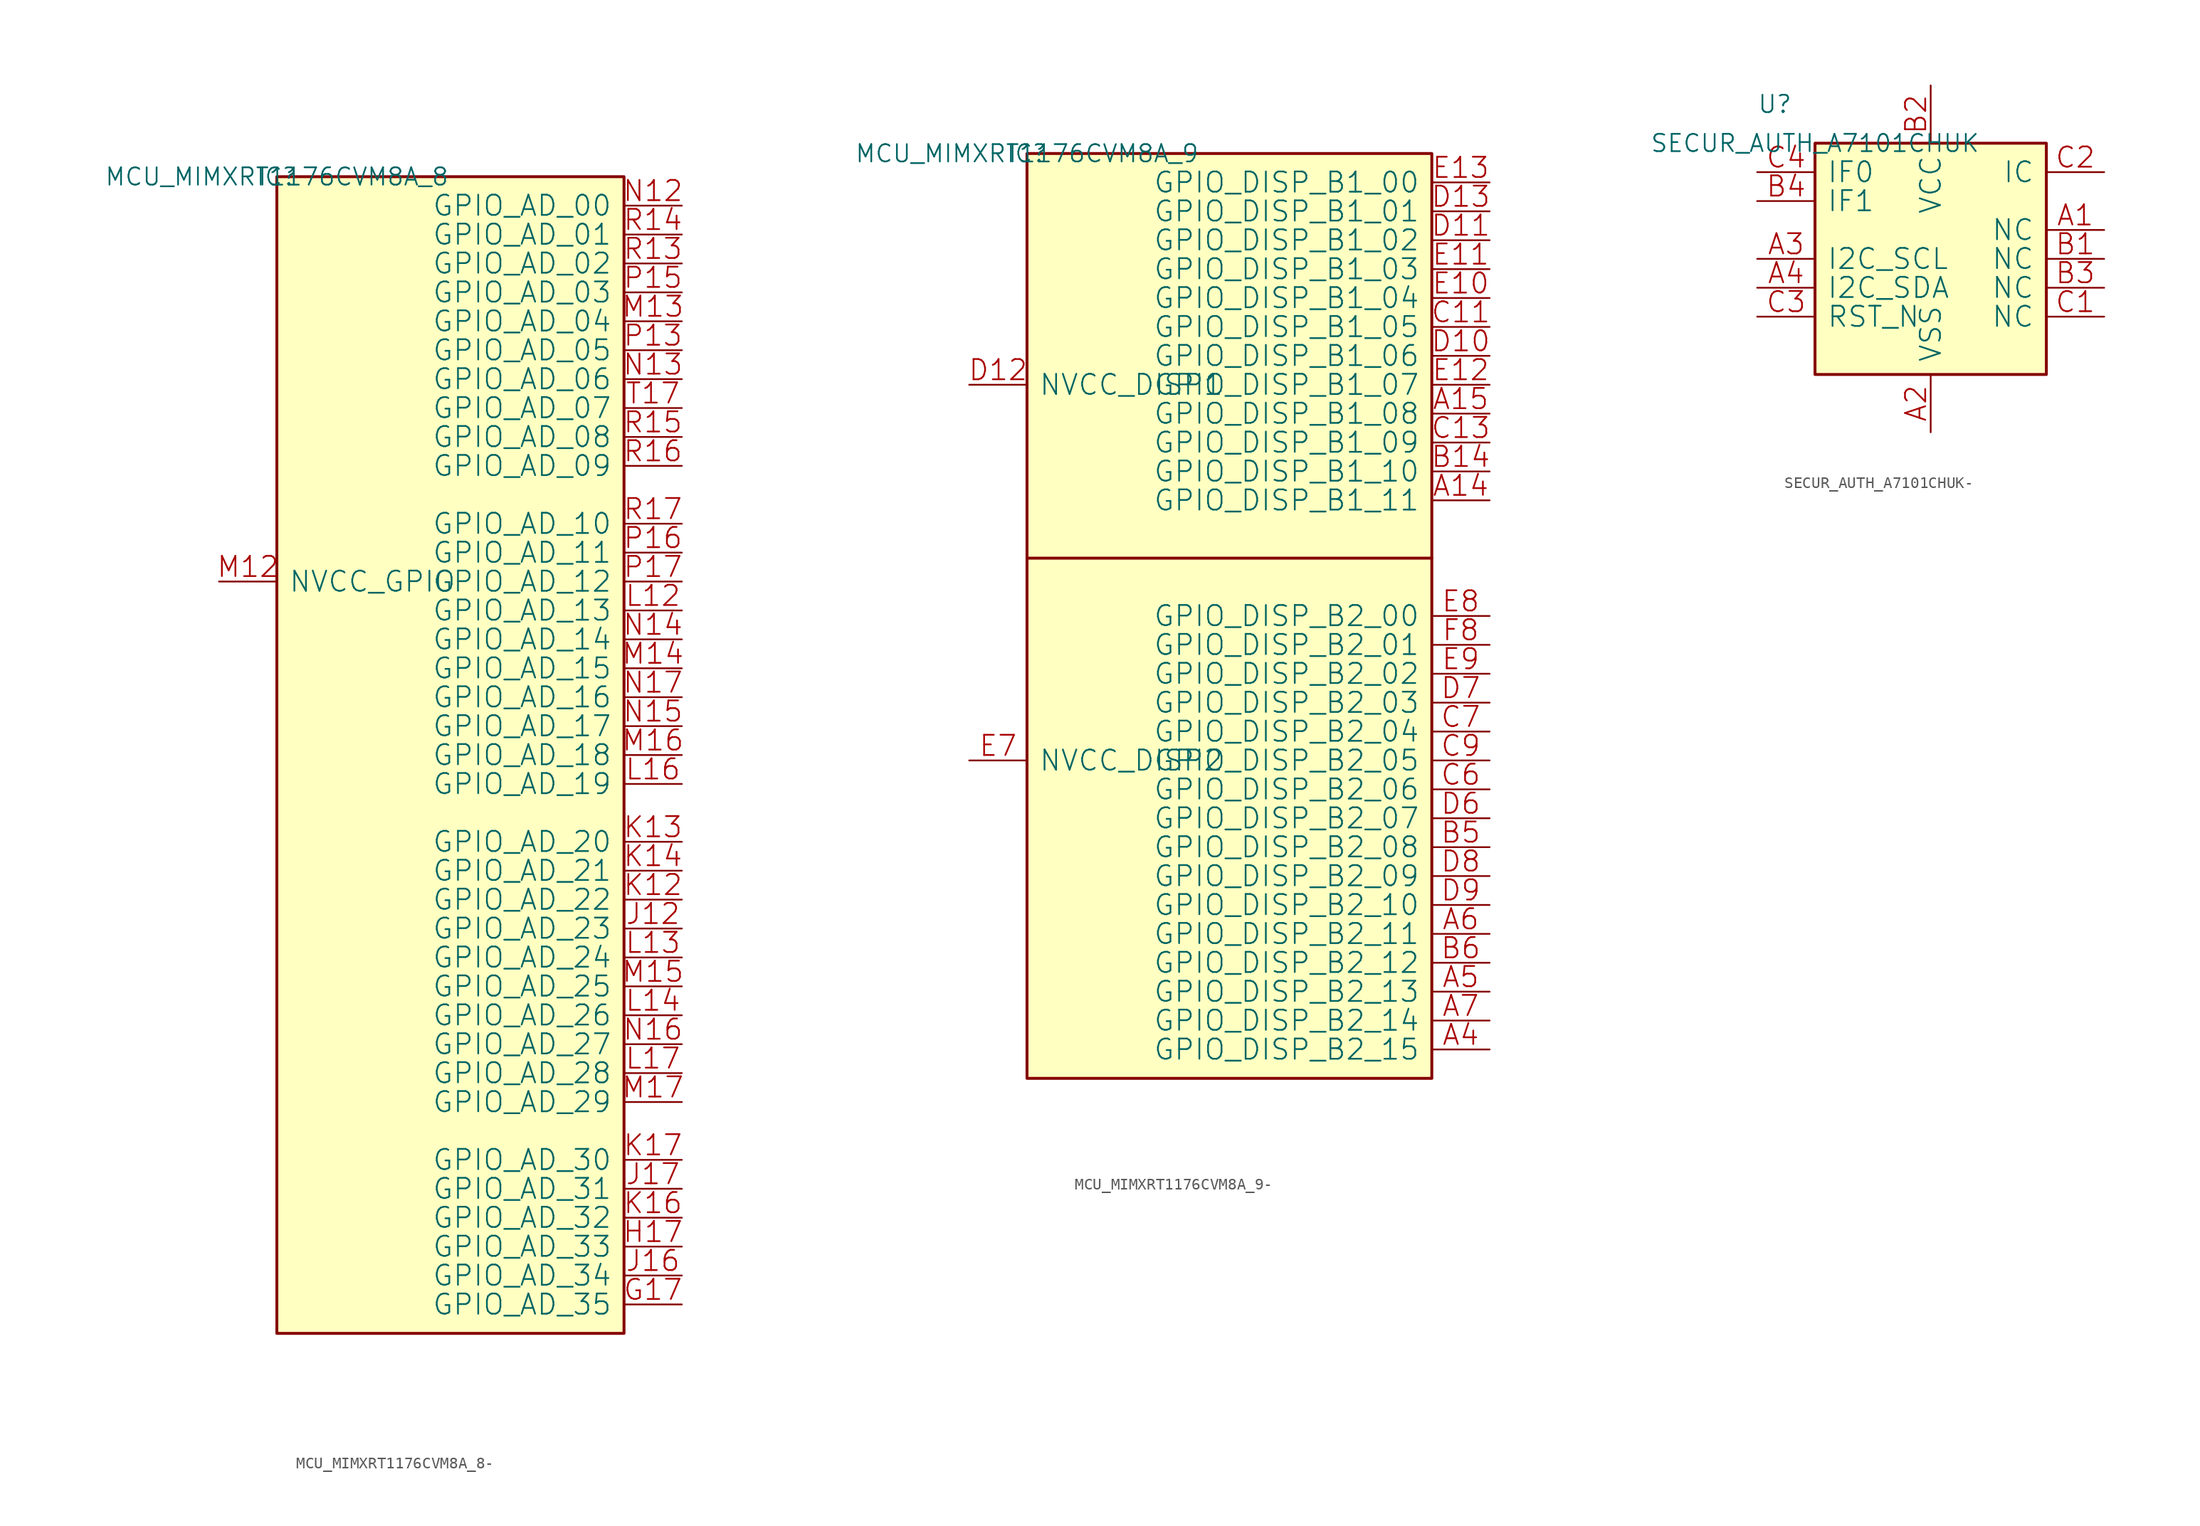
<source format=kicad_sym>
(kicad_symbol_lib
  (version 20220914)
  (generator kicad_symbol_editor)
  (symbol "MCU_MIMXRT1176CVM8A_8-"
    (pin_names
      (offset 1.016))
    (property "Reference" "IC"
      (at 0 0 0)
      (effects (font (size 1.524 1.524))))
    (property "Value" "MCU_MIMXRT1176CVM8A_8"
      (at 0 0 0)
      (effects (font (size 1.524 1.524))))
    (property "Footprint" ""
      (at 0 0 0)
      (effects (font (size 1.524 1.524))))
    (property "Datasheet" ""
      (at 0 0 0)
      (effects (font (size 1.524 1.524))))
    (symbol "MCU_MIMXRT1176CVM8A_8-_0_1"
      (rectangle (start 0 -101.6) (end 30.48 0) (stroke (width 0.254) (type solid)) (fill (type background)))
      (pin bidirectional line (at 35.56 -99.06 180) (length 5.08) (name "GPIO_AD_35" (effects (font (size 1.778 1.778)))) (number "G17" (effects (font (size 1.778 1.778)))))
      (pin bidirectional line (at 35.56 -93.98 180) (length 5.08) (name "GPIO_AD_33" (effects (font (size 1.778 1.778)))) (number "H17" (effects (font (size 1.778 1.778)))))
      (pin bidirectional line (at 35.56 -66.04 180) (length 5.08) (name "GPIO_AD_23" (effects (font (size 1.778 1.778)))) (number "J12" (effects (font (size 1.778 1.778)))))
      (pin bidirectional line (at 35.56 -96.52 180) (length 5.08) (name "GPIO_AD_34" (effects (font (size 1.778 1.778)))) (number "J16" (effects (font (size 1.778 1.778)))))
      (pin bidirectional line (at 35.56 -88.9 180) (length 5.08) (name "GPIO_AD_31" (effects (font (size 1.778 1.778)))) (number "J17" (effects (font (size 1.778 1.778)))))
      (pin bidirectional line (at 35.56 -63.5 180) (length 5.08) (name "GPIO_AD_22" (effects (font (size 1.778 1.778)))) (number "K12" (effects (font (size 1.778 1.778)))))
      (pin bidirectional line (at 35.56 -58.42 180) (length 5.08) (name "GPIO_AD_20" (effects (font (size 1.778 1.778)))) (number "K13" (effects (font (size 1.778 1.778)))))
      (pin bidirectional line (at 35.56 -60.96 180) (length 5.08) (name "GPIO_AD_21" (effects (font (size 1.778 1.778)))) (number "K14" (effects (font (size 1.778 1.778)))))
      (pin bidirectional line (at 35.56 -91.44 180) (length 5.08) (name "GPIO_AD_32" (effects (font (size 1.778 1.778)))) (number "K16" (effects (font (size 1.778 1.778)))))
      (pin bidirectional line (at 35.56 -86.36 180) (length 5.08) (name "GPIO_AD_30" (effects (font (size 1.778 1.778)))) (number "K17" (effects (font (size 1.778 1.778)))))
      (pin bidirectional line (at 35.56 -38.1 180) (length 5.08) (name "GPIO_AD_13" (effects (font (size 1.778 1.778)))) (number "L12" (effects (font (size 1.778 1.778)))))
      (pin bidirectional line (at 35.56 -68.58 180) (length 5.08) (name "GPIO_AD_24" (effects (font (size 1.778 1.778)))) (number "L13" (effects (font (size 1.778 1.778)))))
      (pin bidirectional line (at 35.56 -73.66 180) (length 5.08) (name "GPIO_AD_26" (effects (font (size 1.778 1.778)))) (number "L14" (effects (font (size 1.778 1.778)))))
      (pin bidirectional line (at 35.56 -53.34 180) (length 5.08) (name "GPIO_AD_19" (effects (font (size 1.778 1.778)))) (number "L16" (effects (font (size 1.778 1.778)))))
      (pin bidirectional line (at 35.56 -78.74 180) (length 5.08) (name "GPIO_AD_28" (effects (font (size 1.778 1.778)))) (number "L17" (effects (font (size 1.778 1.778)))))
      (pin power_in line (at -5.08 -35.56 0) (length 5.08) (name "NVCC_GPIO" (effects (font (size 1.778 1.778)))) (number "M12" (effects (font (size 1.778 1.778)))))
      (pin bidirectional line (at 35.56 -12.7 180) (length 5.08) (name "GPIO_AD_04" (effects (font (size 1.778 1.778)))) (number "M13" (effects (font (size 1.778 1.778)))))
      (pin bidirectional line (at 35.56 -43.18 180) (length 5.08) (name "GPIO_AD_15" (effects (font (size 1.778 1.778)))) (number "M14" (effects (font (size 1.778 1.778)))))
      (pin bidirectional line (at 35.56 -71.12 180) (length 5.08) (name "GPIO_AD_25" (effects (font (size 1.778 1.778)))) (number "M15" (effects (font (size 1.778 1.778)))))
      (pin bidirectional line (at 35.56 -50.8 180) (length 5.08) (name "GPIO_AD_18" (effects (font (size 1.778 1.778)))) (number "M16" (effects (font (size 1.778 1.778)))))
      (pin bidirectional line (at 35.56 -81.28 180) (length 5.08) (name "GPIO_AD_29" (effects (font (size 1.778 1.778)))) (number "M17" (effects (font (size 1.778 1.778)))))
      (pin bidirectional line (at 35.56 -2.54 180) (length 5.08) (name "GPIO_AD_00" (effects (font (size 1.778 1.778)))) (number "N12" (effects (font (size 1.778 1.778)))))
      (pin bidirectional line (at 35.56 -17.78 180) (length 5.08) (name "GPIO_AD_06" (effects (font (size 1.778 1.778)))) (number "N13" (effects (font (size 1.778 1.778)))))
      (pin bidirectional line (at 35.56 -40.64 180) (length 5.08) (name "GPIO_AD_14" (effects (font (size 1.778 1.778)))) (number "N14" (effects (font (size 1.778 1.778)))))
      (pin bidirectional line (at 35.56 -48.26 180) (length 5.08) (name "GPIO_AD_17" (effects (font (size 1.778 1.778)))) (number "N15" (effects (font (size 1.778 1.778)))))
      (pin bidirectional line (at 35.56 -76.2 180) (length 5.08) (name "GPIO_AD_27" (effects (font (size 1.778 1.778)))) (number "N16" (effects (font (size 1.778 1.778)))))
      (pin bidirectional line (at 35.56 -45.72 180) (length 5.08) (name "GPIO_AD_16" (effects (font (size 1.778 1.778)))) (number "N17" (effects (font (size 1.778 1.778)))))
      (pin bidirectional line (at 35.56 -15.24 180) (length 5.08) (name "GPIO_AD_05" (effects (font (size 1.778 1.778)))) (number "P13" (effects (font (size 1.778 1.778)))))
      (pin bidirectional line (at 35.56 -10.16 180) (length 5.08) (name "GPIO_AD_03" (effects (font (size 1.778 1.778)))) (number "P15" (effects (font (size 1.778 1.778)))))
      (pin bidirectional line (at 35.56 -33.02 180) (length 5.08) (name "GPIO_AD_11" (effects (font (size 1.778 1.778)))) (number "P16" (effects (font (size 1.778 1.778)))))
      (pin bidirectional line (at 35.56 -35.56 180) (length 5.08) (name "GPIO_AD_12" (effects (font (size 1.778 1.778)))) (number "P17" (effects (font (size 1.778 1.778)))))
      (pin bidirectional line (at 35.56 -7.62 180) (length 5.08) (name "GPIO_AD_02" (effects (font (size 1.778 1.778)))) (number "R13" (effects (font (size 1.778 1.778)))))
      (pin bidirectional line (at 35.56 -5.08 180) (length 5.08) (name "GPIO_AD_01" (effects (font (size 1.778 1.778)))) (number "R14" (effects (font (size 1.778 1.778)))))
      (pin bidirectional line (at 35.56 -22.86 180) (length 5.08) (name "GPIO_AD_08" (effects (font (size 1.778 1.778)))) (number "R15" (effects (font (size 1.778 1.778)))))
      (pin bidirectional line (at 35.56 -25.4 180) (length 5.08) (name "GPIO_AD_09" (effects (font (size 1.778 1.778)))) (number "R16" (effects (font (size 1.778 1.778)))))
      (pin bidirectional line (at 35.56 -30.48 180) (length 5.08) (name "GPIO_AD_10" (effects (font (size 1.778 1.778)))) (number "R17" (effects (font (size 1.778 1.778)))))
      (pin bidirectional line (at 35.56 -20.32 180) (length 5.08) (name "GPIO_AD_07" (effects (font (size 1.778 1.778)))) (number "T17" (effects (font (size 1.778 1.778)))))))
  (symbol "MCU_MIMXRT1176CVM8A_9-"
    (pin_names
      (offset 1.016))
    (property "Reference" "IC"
      (at 0 0 0)
      (effects (font (size 1.524 1.524))))
    (property "Value" "MCU_MIMXRT1176CVM8A_9"
      (at 0 0 0)
      (effects (font (size 1.524 1.524))))
    (property "Footprint" ""
      (at 0 0 0)
      (effects (font (size 1.524 1.524))))
    (property "Datasheet" ""
      (at 0 0 0)
      (effects (font (size 1.524 1.524))))
    (symbol "MCU_MIMXRT1176CVM8A_9-_0_1"
      (rectangle (start 0 -81.28) (end 35.56 0) (stroke (width 0.254) (type solid)) (fill (type background)))
      (polyline (pts (xy 35.56 -35.56) (xy 0 -35.56)) (stroke (width 0.254) (type solid)) (fill (type none)))
      (pin bidirectional line (at 40.64 -30.48 180) (length 5.08) (name "GPIO_DISP_B1_11" (effects (font (size 1.778 1.778)))) (number "A14" (effects (font (size 1.778 1.778)))))
      (pin bidirectional line (at 40.64 -22.86 180) (length 5.08) (name "GPIO_DISP_B1_08" (effects (font (size 1.778 1.778)))) (number "A15" (effects (font (size 1.778 1.778)))))
      (pin bidirectional line (at 40.64 -78.74 180) (length 5.08) (name "GPIO_DISP_B2_15" (effects (font (size 1.778 1.778)))) (number "A4" (effects (font (size 1.778 1.778)))))
      (pin bidirectional line (at 40.64 -73.66 180) (length 5.08) (name "GPIO_DISP_B2_13" (effects (font (size 1.778 1.778)))) (number "A5" (effects (font (size 1.778 1.778)))))
      (pin bidirectional line (at 40.64 -68.58 180) (length 5.08) (name "GPIO_DISP_B2_11" (effects (font (size 1.778 1.778)))) (number "A6" (effects (font (size 1.778 1.778)))))
      (pin bidirectional line (at 40.64 -76.2 180) (length 5.08) (name "GPIO_DISP_B2_14" (effects (font (size 1.778 1.778)))) (number "A7" (effects (font (size 1.778 1.778)))))
      (pin bidirectional line (at 40.64 -27.94 180) (length 5.08) (name "GPIO_DISP_B1_10" (effects (font (size 1.778 1.778)))) (number "B14" (effects (font (size 1.778 1.778)))))
      (pin bidirectional line (at 40.64 -60.96 180) (length 5.08) (name "GPIO_DISP_B2_08" (effects (font (size 1.778 1.778)))) (number "B5" (effects (font (size 1.778 1.778)))))
      (pin bidirectional line (at 40.64 -71.12 180) (length 5.08) (name "GPIO_DISP_B2_12" (effects (font (size 1.778 1.778)))) (number "B6" (effects (font (size 1.778 1.778)))))
      (pin bidirectional line (at 40.64 -15.24 180) (length 5.08) (name "GPIO_DISP_B1_05" (effects (font (size 1.778 1.778)))) (number "C11" (effects (font (size 1.778 1.778)))))
      (pin bidirectional line (at 40.64 -25.4 180) (length 5.08) (name "GPIO_DISP_B1_09" (effects (font (size 1.778 1.778)))) (number "C13" (effects (font (size 1.778 1.778)))))
      (pin bidirectional line (at 40.64 -55.88 180) (length 5.08) (name "GPIO_DISP_B2_06" (effects (font (size 1.778 1.778)))) (number "C6" (effects (font (size 1.778 1.778)))))
      (pin bidirectional line (at 40.64 -50.8 180) (length 5.08) (name "GPIO_DISP_B2_04" (effects (font (size 1.778 1.778)))) (number "C7" (effects (font (size 1.778 1.778)))))
      (pin bidirectional line (at 40.64 -53.34 180) (length 5.08) (name "GPIO_DISP_B2_05" (effects (font (size 1.778 1.778)))) (number "C9" (effects (font (size 1.778 1.778)))))
      (pin bidirectional line (at 40.64 -17.78 180) (length 5.08) (name "GPIO_DISP_B1_06" (effects (font (size 1.778 1.778)))) (number "D10" (effects (font (size 1.778 1.778)))))
      (pin bidirectional line (at 40.64 -7.62 180) (length 5.08) (name "GPIO_DISP_B1_02" (effects (font (size 1.778 1.778)))) (number "D11" (effects (font (size 1.778 1.778)))))
      (pin passive line (at -5.08 -20.32 0) (length 5.08) (name "NVCC_DISP1" (effects (font (size 1.778 1.778)))) (number "D12" (effects (font (size 1.778 1.778)))))
      (pin bidirectional line (at 40.64 -5.08 180) (length 5.08) (name "GPIO_DISP_B1_01" (effects (font (size 1.778 1.778)))) (number "D13" (effects (font (size 1.778 1.778)))))
      (pin bidirectional line (at 40.64 -58.42 180) (length 5.08) (name "GPIO_DISP_B2_07" (effects (font (size 1.778 1.778)))) (number "D6" (effects (font (size 1.778 1.778)))))
      (pin bidirectional line (at 40.64 -48.26 180) (length 5.08) (name "GPIO_DISP_B2_03" (effects (font (size 1.778 1.778)))) (number "D7" (effects (font (size 1.778 1.778)))))
      (pin bidirectional line (at 40.64 -63.5 180) (length 5.08) (name "GPIO_DISP_B2_09" (effects (font (size 1.778 1.778)))) (number "D8" (effects (font (size 1.778 1.778)))))
      (pin bidirectional line (at 40.64 -66.04 180) (length 5.08) (name "GPIO_DISP_B2_10" (effects (font (size 1.778 1.778)))) (number "D9" (effects (font (size 1.778 1.778)))))
      (pin bidirectional line (at 40.64 -12.7 180) (length 5.08) (name "GPIO_DISP_B1_04" (effects (font (size 1.778 1.778)))) (number "E10" (effects (font (size 1.778 1.778)))))
      (pin bidirectional line (at 40.64 -10.16 180) (length 5.08) (name "GPIO_DISP_B1_03" (effects (font (size 1.778 1.778)))) (number "E11" (effects (font (size 1.778 1.778)))))
      (pin bidirectional line (at 40.64 -20.32 180) (length 5.08) (name "GPIO_DISP_B1_07" (effects (font (size 1.778 1.778)))) (number "E12" (effects (font (size 1.778 1.778)))))
      (pin bidirectional line (at 40.64 -2.54 180) (length 5.08) (name "GPIO_DISP_B1_00" (effects (font (size 1.778 1.778)))) (number "E13" (effects (font (size 1.778 1.778)))))
      (pin passive line (at -5.08 -53.34 0) (length 5.08) (name "NVCC_DISP2" (effects (font (size 1.778 1.778)))) (number "E7" (effects (font (size 1.778 1.778)))))
      (pin bidirectional line (at 40.64 -40.64 180) (length 5.08) (name "GPIO_DISP_B2_00" (effects (font (size 1.778 1.778)))) (number "E8" (effects (font (size 1.778 1.778)))))
      (pin bidirectional line (at 40.64 -45.72 180) (length 5.08) (name "GPIO_DISP_B2_02" (effects (font (size 1.778 1.778)))) (number "E9" (effects (font (size 1.778 1.778)))))
      (pin bidirectional line (at 40.64 -43.18 180) (length 5.08) (name "GPIO_DISP_B2_01" (effects (font (size 1.778 1.778)))) (number "F8" (effects (font (size 1.778 1.778)))))))
  (symbol "SECUR_AUTH_A7101CHUK-"
    (pin_names
      (offset 1.016))
    (property "Reference" "U"
      (at -5.08 2.54 0)
      (effects (font (size 1.524 1.524)) (justify left bottom)))
    (property "Value" "SECUR_AUTH_A7101CHUK"
      (at 0 0 0)
      (effects (font (size 1.524 1.524))))
    (property "Footprint" ""
      (at 0 0 0)
      (effects (font (size 1.524 1.524))))
    (property "Datasheet" ""
      (at 0 0 0)
      (effects (font (size 1.524 1.524))))
    (symbol "SECUR_AUTH_A7101CHUK-_0_1"
      (rectangle (start 0 -20.32) (end 20.32 0) (stroke (width 0.254) (type solid)) (fill (type background)))
      (pin passive line (at 25.4 -7.62 180) (length 5.08) (name "NC" (effects (font (size 1.778 1.778)))) (number "A1" (effects (font (size 1.778 1.778)))))
      (pin power_in line (at 10.16 -25.4 90) (length 5.08) (name "VSS" (effects (font (size 1.778 1.778)))) (number "A2" (effects (font (size 1.778 1.778)))))
      (pin passive line (at -5.08 -10.16 0) (length 5.08) (name "I2C_SCL" (effects (font (size 1.778 1.778)))) (number "A3" (effects (font (size 1.778 1.778)))))
      (pin passive line (at -5.08 -12.7 0) (length 5.08) (name "I2C_SDA" (effects (font (size 1.778 1.778)))) (number "A4" (effects (font (size 1.778 1.778)))))
      (pin passive line (at 25.4 -10.16 180) (length 5.08) (name "NC" (effects (font (size 1.778 1.778)))) (number "B1" (effects (font (size 1.778 1.778)))))
      (pin power_in line (at 10.16 5.08 270) (length 5.08) (name "VCC" (effects (font (size 1.778 1.778)))) (number "B2" (effects (font (size 1.778 1.778)))))
      (pin passive line (at 25.4 -12.7 180) (length 5.08) (name "NC" (effects (font (size 1.778 1.778)))) (number "B3" (effects (font (size 1.778 1.778)))))
      (pin passive line (at -5.08 -5.08 0) (length 5.08) (name "IF1" (effects (font (size 1.778 1.778)))) (number "B4" (effects (font (size 1.778 1.778)))))
      (pin passive line (at 25.4 -15.24 180) (length 5.08) (name "NC" (effects (font (size 1.778 1.778)))) (number "C1" (effects (font (size 1.778 1.778)))))
      (pin passive line (at 25.4 -2.54 180) (length 5.08) (name "IC" (effects (font (size 1.778 1.778)))) (number "C2" (effects (font (size 1.778 1.778)))))
      (pin input line (at -5.08 -15.24 0) (length 5.08) (name "RST_N" (effects (font (size 1.778 1.778)))) (number "C3" (effects (font (size 1.778 1.778)))))
      (pin passive line (at -5.08 -2.54 0) (length 5.08) (name "IF0" (effects (font (size 1.778 1.778)))) (number "C4" (effects (font (size 1.778 1.778))))))))
</source>
